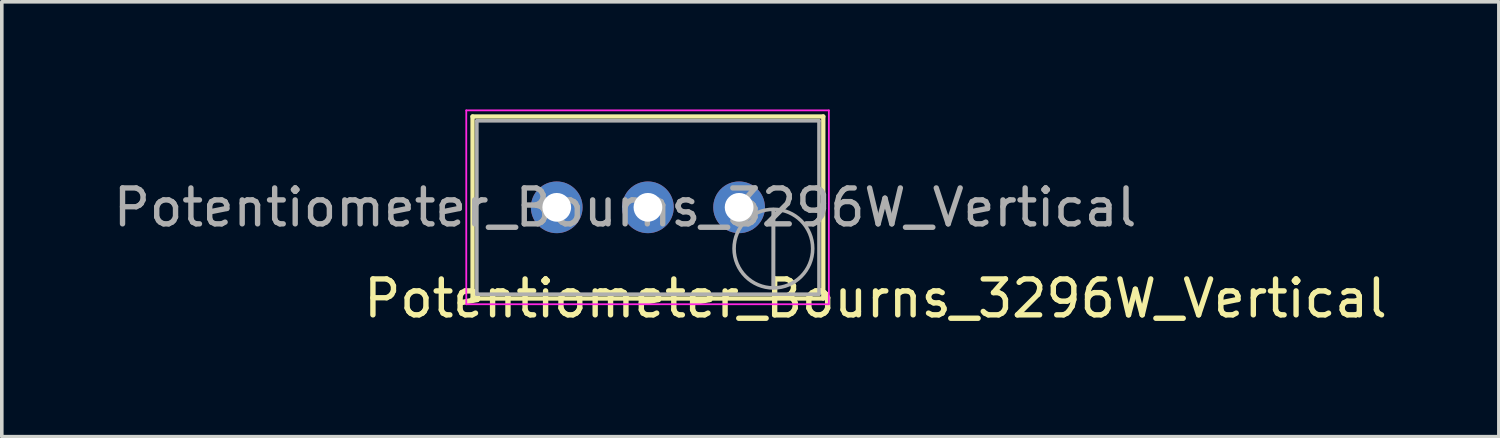
<source format=kicad_pcb>
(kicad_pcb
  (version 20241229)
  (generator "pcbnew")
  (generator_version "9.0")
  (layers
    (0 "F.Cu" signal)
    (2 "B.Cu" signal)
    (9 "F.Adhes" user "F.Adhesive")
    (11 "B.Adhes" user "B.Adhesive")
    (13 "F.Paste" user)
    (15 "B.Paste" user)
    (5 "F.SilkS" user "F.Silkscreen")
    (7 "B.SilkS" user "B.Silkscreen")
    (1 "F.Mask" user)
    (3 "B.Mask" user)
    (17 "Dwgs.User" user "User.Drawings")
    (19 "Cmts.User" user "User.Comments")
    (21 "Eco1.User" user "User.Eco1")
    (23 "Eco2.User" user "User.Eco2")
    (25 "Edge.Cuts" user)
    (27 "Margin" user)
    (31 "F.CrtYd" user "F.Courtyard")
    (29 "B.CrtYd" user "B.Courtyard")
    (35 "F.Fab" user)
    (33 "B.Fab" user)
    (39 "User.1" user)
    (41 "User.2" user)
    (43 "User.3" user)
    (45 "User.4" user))
  (footprint "Potentiometer_Bourns_3296W_Vertical"
    (layer "F.Cu")
    (at 17.538 2.725)
    (property "Reference" "Potentiometer_Bourns_3296W_Vertical" (at 3.8 2.54 180) (layer "F.SilkS") (effects (font (size 1 1) (thickness 0.15))))
    (attr through_hole)
    (fp_line (start -7.425 -2.53) (end -7.425 2.54) (stroke (width 0.12) (type solid)) (layer "F.SilkS"))
    (fp_line (start -7.425 -2.53) (end 2.345 -2.53) (stroke (width 0.12) (type solid)) (layer "F.SilkS"))
    (fp_line (start -7.425 2.54) (end 2.345 2.54) (stroke (width 0.12) (type solid)) (layer "F.SilkS"))
    (fp_line (start 2.345 -2.53) (end 2.345 2.54) (stroke (width 0.12) (type solid)) (layer "F.SilkS"))
    (fp_line (start -7.6 -2.7) (end -7.6 2.7) (stroke (width 0.05) (type solid)) (layer "F.CrtYd"))
    (fp_line (start -7.6 2.7) (end 2.5 2.7) (stroke (width 0.05) (type solid)) (layer "F.CrtYd"))
    (fp_line (start 2.5 -2.7) (end -7.6 -2.7) (stroke (width 0.05) (type solid)) (layer "F.CrtYd"))
    (fp_line (start 2.5 2.7) (end 2.5 -2.7) (stroke (width 0.05) (type solid)) (layer "F.CrtYd"))
    (fp_line (start -7.305 -2.41) (end -7.305 2.42) (stroke (width 0.1) (type solid)) (layer "F.Fab"))
    (fp_line (start -7.305 2.42) (end 2.225 2.42) (stroke (width 0.1) (type solid)) (layer "F.Fab"))
    (fp_line (start 0.955 2.235) (end 0.956 0.066) (stroke (width 0.1) (type solid)) (layer "F.Fab"))
    (fp_line (start 0.955 2.235) (end 0.956 0.066) (stroke (width 0.1) (type solid)) (layer "F.Fab"))
    (fp_line (start 2.225 -2.41) (end -7.305 -2.41) (stroke (width 0.1) (type solid)) (layer "F.Fab"))
    (fp_line (start 2.225 2.42) (end 2.225 -2.41) (stroke (width 0.1) (type solid)) (layer "F.Fab"))
    (fp_circle (center 0.955 1.15) (end 2.05 1.15) (stroke (width 0.1) (type solid)) (fill no) (layer "F.Fab"))
    (fp_text user "${REFERENCE}" (at -3.175 0.005 180) (layer "F.Fab") (effects (font (size 1 1) (thickness 0.15))))
    (pad "1" thru_hole circle (at 0 0) (size 1.44 1.44) (drill 0.8) (layers "*.Cu" "*.Mask"))
    (pad "2" thru_hole circle (at -2.54 0) (size 1.44 1.44) (drill 0.8) (layers "*.Cu" "*.Mask"))
    (pad "3" thru_hole circle (at -5.08 0) (size 1.44 1.44) (drill 0.8) (layers "*.Cu" "*.Mask")))
  (gr_rect
    (start -3 -3)
    (end 38.701 9.113)
    (stroke (width 0.1) (type default))
    (fill no)
    (layer "Edge.Cuts")))
</source>
